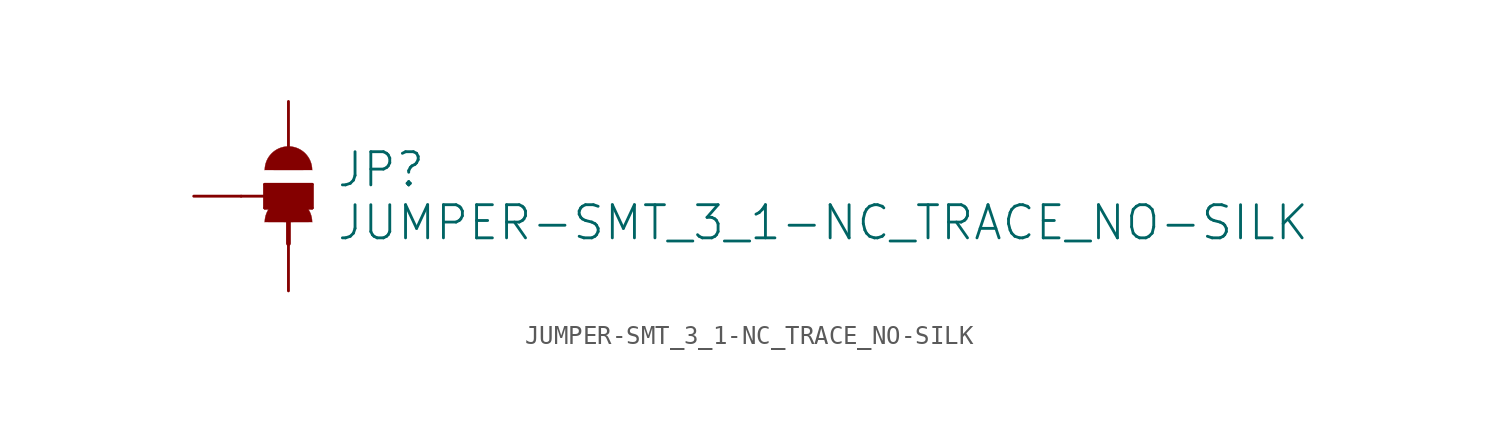
<source format=kicad_sym>
(kicad_symbol_lib
  (version 20211014)
  (generator kicad_symbol_editor)
  (symbol "JUMPER-SMT_3_1-NC_TRACE_NO-SILK"
    (property "Reference" "JP"
      (at 2.54 0.381 0)
      (effects (font (size 1.778 1.778)) (justify left bottom)))
    (property "Value" "JUMPER-SMT_3_1-NC_TRACE_NO-SILK"
      (at 2.54 -0.381 0)
      (effects (font (size 1.778 1.778)) (justify left top)))
    (property "ki_locked" ""
      (at 0 0 0)
      (effects (font (size 1.27 1.27))))
    (symbol "JUMPER-SMT_3_1-NC_TRACE_NO-SILK_1_0"
      (rectangle (start -1.27 -0.635) (end 1.27 0.635) (stroke (width 0) (type default) (color 0 0 0 0)) (fill (type outline)))
      (polyline (pts (xy -2.54 0) (xy -1.27 0)) (stroke (width 0.152) (type default) (color 0 0 0 0)) (fill (type none)))
      (polyline (pts (xy -1.27 -0.635) (xy -1.27 0)) (stroke (width 0.152) (type default) (color 0 0 0 0)) (fill (type none)))
      (polyline (pts (xy -1.27 0) (xy -1.27 0.635)) (stroke (width 0.152) (type default) (color 0 0 0 0)) (fill (type none)))
      (polyline (pts (xy -1.27 0.635) (xy 1.27 0.635)) (stroke (width 0.152) (type default) (color 0 0 0 0)) (fill (type none)))
      (polyline (pts (xy 0 0) (xy 0 -2.54)) (stroke (width 0.254) (type default) (color 0 0 0 0)) (fill (type none)))
      (polyline (pts (xy 1.27 -0.635) (xy -1.27 -0.635)) (stroke (width 0.152) (type default) (color 0 0 0 0)) (fill (type none)))
      (polyline (pts (xy 1.27 0.635) (xy 1.27 -0.635)) (stroke (width 0.152) (type default) (color 0 0 0 0)) (fill (type none)))
      (arc (start 1.27 -1.397) (mid 0 -0.127) (end -1.27 -1.397) (stroke (width 0.0001) (type default) (color 0 0 0 0)) (fill (type outline)))
      (arc (start 1.27 1.397) (mid 0 2.667) (end -1.27 1.397) (stroke (width 0.0001) (type default) (color 0 0 0 0)) (fill (type outline)))
      (pin passive line (at 0 5.08 270) (length 2.54) (name "1" (effects (font (size 0 0)))) (number "1" (effects (font (size 0 0)))))
      (pin passive line (at -5.08 0 0) (length 2.54) (name "2" (effects (font (size 0 0)))) (number "2" (effects (font (size 0 0)))))
      (pin passive line (at 0 -5.08 90) (length 2.54) (name "3" (effects (font (size 0 0)))) (number "3" (effects (font (size 0 0))))))))
</source>
